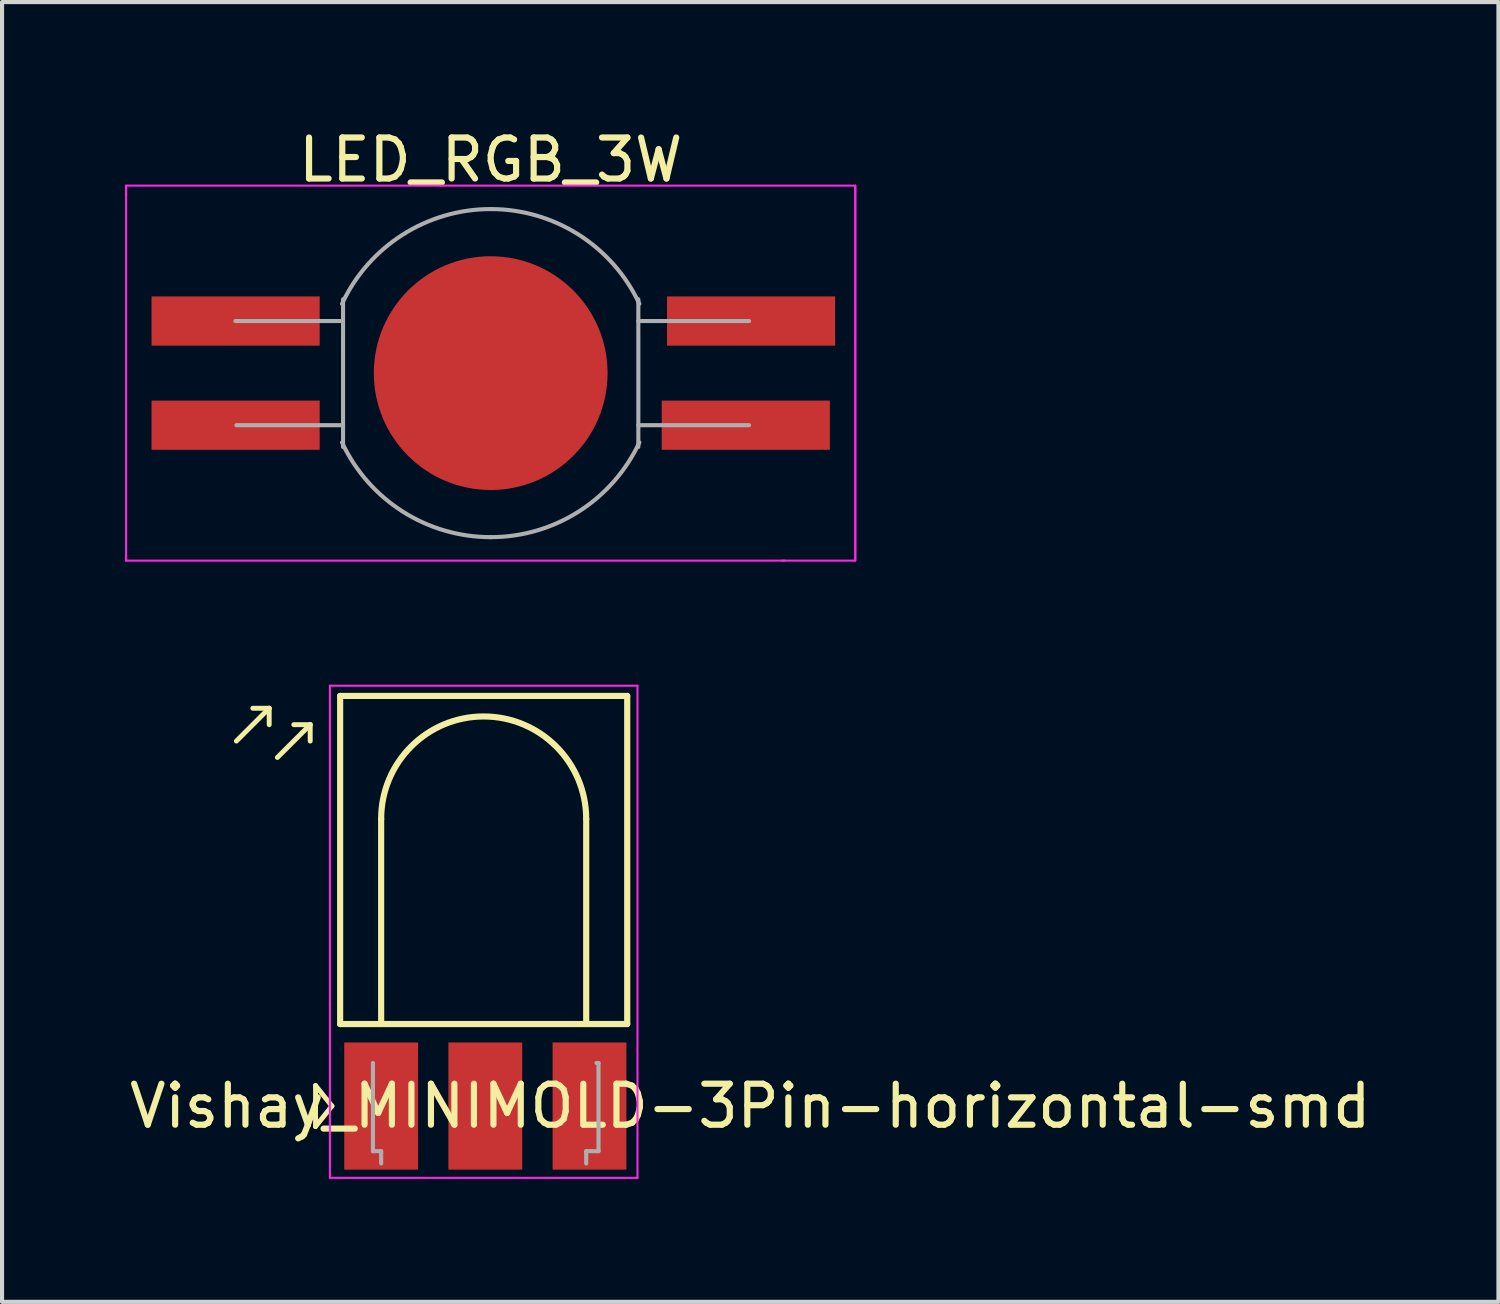
<source format=kicad_pcb>
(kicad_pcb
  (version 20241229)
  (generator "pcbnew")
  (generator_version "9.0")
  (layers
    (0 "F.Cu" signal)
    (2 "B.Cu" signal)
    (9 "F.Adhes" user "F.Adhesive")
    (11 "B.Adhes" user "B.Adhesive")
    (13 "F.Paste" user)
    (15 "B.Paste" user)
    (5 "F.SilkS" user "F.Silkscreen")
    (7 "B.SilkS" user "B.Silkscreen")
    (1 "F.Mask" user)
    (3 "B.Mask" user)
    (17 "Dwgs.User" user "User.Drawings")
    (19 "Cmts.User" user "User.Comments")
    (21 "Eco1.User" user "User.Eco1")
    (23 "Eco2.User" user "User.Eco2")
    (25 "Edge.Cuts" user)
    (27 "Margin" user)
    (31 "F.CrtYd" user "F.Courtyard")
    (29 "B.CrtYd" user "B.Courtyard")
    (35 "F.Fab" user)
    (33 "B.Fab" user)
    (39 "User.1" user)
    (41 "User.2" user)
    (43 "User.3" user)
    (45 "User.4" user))
  (footprint "LED_RGB_3W"
    (layer "F.Cu")
    (at 8.915 6.048)
    (property "Reference" "LED_RGB_3W" (at 0 -5.2 0) (layer "F.SilkS") (effects (font (size 1 1) (thickness 0.15))))
    (attr smd)
    (fp_line (start -8.89 -4.572) (end -8.89 -4.318) (stroke (width 0.05) (type solid)) (layer "F.CrtYd"))
    (fp_line (start -8.89 -4.55) (end -8.89 4.55) (stroke (width 0.05) (type solid)) (layer "F.CrtYd"))
    (fp_line (start -8.89 4.572) (end -8.89 4.445) (stroke (width 0.05) (type solid)) (layer "F.CrtYd"))
    (fp_line (start -8.89 4.572) (end 7.16 4.572) (stroke (width 0.05) (type solid)) (layer "F.CrtYd"))
    (fp_line (start 7.112 4.572) (end 8.89 4.572) (stroke (width 0.05) (type solid)) (layer "F.CrtYd"))
    (fp_line (start 8.89 -4.572) (end -8.89 -4.572) (stroke (width 0.05) (type solid)) (layer "F.CrtYd"))
    (fp_line (start 8.89 -4.572) (end 8.89 4.572) (stroke (width 0.05) (type solid)) (layer "F.CrtYd"))
    (fp_line (start 8.89 -4.55) (end 8.89 4.55) (stroke (width 0.05) (type solid)) (layer "F.CrtYd"))
    (fp_line (start -3.625 -1.27) (end -6.225 -1.27) (stroke (width 0.1) (type solid)) (layer "F.Fab"))
    (fp_line (start -3.6 1.27) (end -6.2 1.27) (stroke (width 0.1) (type solid)) (layer "F.Fab"))
    (fp_line (start -3.6 1.8) (end -3.6 -1.8) (stroke (width 0.1) (type solid)) (layer "F.Fab"))
    (fp_line (start 3.6 -1.8) (end 3.6 1.8) (stroke (width 0.1) (type solid)) (layer "F.Fab"))
    (fp_line (start 3.6 -1.27) (end 6.3 -1.27) (stroke (width 0.1) (type solid)) (layer "F.Fab"))
    (fp_line (start 3.6 1.27) (end 6.3 1.27) (stroke (width 0.1) (type solid)) (layer "F.Fab"))
    (fp_arc (start -3.625231 -1.690473) (mid -2.149198 -3.373566) (end 0 -4) (stroke (width 0.1) (type solid)) (layer "F.Fab"))
    (fp_arc (start 0 -4) (mid 2.149198 -3.373566) (end 3.625231 -1.690473) (stroke (width 0.1) (type solid)) (layer "F.Fab"))
    (fp_arc (start 0 4) (mid -2.149198 3.373566) (end -3.625231 1.690473) (stroke (width 0.1) (type solid)) (layer "F.Fab"))
    (fp_arc (start 3.625231 1.690473) (mid 2.149198 3.373566) (end 0 4) (stroke (width 0.1) (type solid)) (layer "F.Fab"))
    (pad "1" smd rect (at -6.22 1.27) (size 4.1 1.2) (layers "F.Cu" "F.Mask" "F.Paste"))
    (pad "2" smd rect (at 6.22 1.27 180) (size 4.1 1.2) (layers "F.Cu" "F.Mask" "F.Paste"))
    (pad "3" smd rect (at 6.35 -1.27 180) (size 4.1 1.2) (layers "F.Cu" "F.Mask" "F.Paste"))
    (pad "4" smd rect (at -6.22 -1.27) (size 4.1 1.2) (layers "F.Cu" "F.Mask" "F.Paste"))
    (pad "PAD" smd circle (at 0 0) (size 5.7 5.7) (layers "F.Cu" "F.Mask" "F.Paste")))
  (footprint "Vishay_MINIMOLD-3Pin-horizontal-smd"
    (layer "F.Cu")
    (at 6.244 23.92)
    (property "Reference" "Vishay_MINIMOLD-3Pin-horizontal-smd" (at 9 0 180) (layer "F.SilkS") (effects (font (size 1 1) (thickness 0.15))))
    (attr through_hole)
    (fp_line (start -2.73 -9.7) (end -3.53 -8.9) (stroke (width 0.12) (type solid)) (layer "F.SilkS"))
    (fp_line (start -2.73 -9.7) (end -3.13 -9.7) (stroke (width 0.12) (type solid)) (layer "F.SilkS"))
    (fp_line (start -2.73 -9.7) (end -2.73 -9.3) (stroke (width 0.12) (type solid)) (layer "F.SilkS"))
    (fp_line (start -1.73 -9.3) (end -2.53 -8.5) (stroke (width 0.12) (type solid)) (layer "F.SilkS"))
    (fp_line (start -1.73 -9.3) (end -2.13 -9.3) (stroke (width 0.12) (type solid)) (layer "F.SilkS"))
    (fp_line (start -1.73 -9.3) (end -1.73 -8.9) (stroke (width 0.12) (type solid)) (layer "F.SilkS"))
    (fp_line (start -1.6 -0.5) (end -1.6 0.5) (stroke (width 0.12) (type solid)) (layer "F.SilkS"))
    (fp_line (start -1.6 0.5) (end -1.2 0) (stroke (width 0.12) (type solid)) (layer "F.SilkS"))
    (fp_line (start -1.2 0) (end -1.6 -0.5) (stroke (width 0.12) (type solid)) (layer "F.SilkS"))
    (fp_line (start -1 -10) (end 6 -10) (stroke (width 0.15) (type solid)) (layer "F.SilkS"))
    (fp_line (start -1 -2) (end -1 -10) (stroke (width 0.15) (type solid)) (layer "F.SilkS"))
    (fp_line (start -1 -2) (end 6 -2) (stroke (width 0.15) (type solid)) (layer "F.SilkS"))
    (fp_line (start 0 -2) (end 0 -7) (stroke (width 0.15) (type solid)) (layer "F.SilkS"))
    (fp_line (start 5 -2) (end 5 -7) (stroke (width 0.15) (type solid)) (layer "F.SilkS"))
    (fp_line (start 6 -10) (end 6 -2) (stroke (width 0.15) (type solid)) (layer "F.SilkS"))
    (fp_arc (start 0 -7) (mid 2.5 -9.5) (end 5 -7) (stroke (width 0.15) (type solid)) (layer "F.SilkS"))
    (fp_line (start -1.25 -10.25) (end -1.25 -2.5) (stroke (width 0.05) (type solid)) (layer "F.CrtYd"))
    (fp_line (start -1.25 -2.5) (end -1.25 1.75) (stroke (width 0.05) (type solid)) (layer "F.CrtYd"))
    (fp_line (start -1.25 1.75) (end 6.25 1.75) (stroke (width 0.05) (type solid)) (layer "F.CrtYd"))
    (fp_line (start 6.25 -10.25) (end -1.25 -10.25) (stroke (width 0.05) (type solid)) (layer "F.CrtYd"))
    (fp_line (start 6.25 1.75) (end 6.25 -10.25) (stroke (width 0.05) (type solid)) (layer "F.CrtYd"))
    (fp_line (start -0.2 1.1) (end -0.2 -1.05) (stroke (width 0.1) (type solid)) (layer "F.Fab"))
    (fp_line (start 0 1.1) (end -0.2 1.1) (stroke (width 0.1) (type solid)) (layer "F.Fab"))
    (fp_line (start 0 1.15) (end 0 1.1) (stroke (width 0.1) (type solid)) (layer "F.Fab"))
    (fp_line (start 0 1.4) (end 0 1.15) (stroke (width 0.1) (type solid)) (layer "F.Fab"))
    (fp_line (start 5 1.1) (end 5 1.4) (stroke (width 0.1) (type solid)) (layer "F.Fab"))
    (fp_line (start 5.25 -1.05) (end 5.3 -1.05) (stroke (width 0.1) (type solid)) (layer "F.Fab"))
    (fp_line (start 5.3 -1.05) (end 5.3 1.1) (stroke (width 0.1) (type solid)) (layer "F.Fab"))
    (fp_line (start 5.3 1.1) (end 5 1.1) (stroke (width 0.1) (type solid)) (layer "F.Fab"))
    (pad "1" smd rect (at 0 0) (size 1.8 3.1) (layers "F.Cu" "F.Mask" "F.Paste"))
    (pad "2" smd rect (at 2.54 0) (size 1.8 3.1) (layers "F.Cu" "F.Mask" "F.Paste"))
    (pad "3" smd rect (at 5.08 0) (size 1.8 3.1) (layers "F.Cu" "F.Mask" "F.Paste")))
  (gr_rect
    (start -3 -3)
    (end 33.488 28.695)
    (stroke (width 0.1) (type default))
    (fill no)
    (layer "Edge.Cuts")))
</source>
